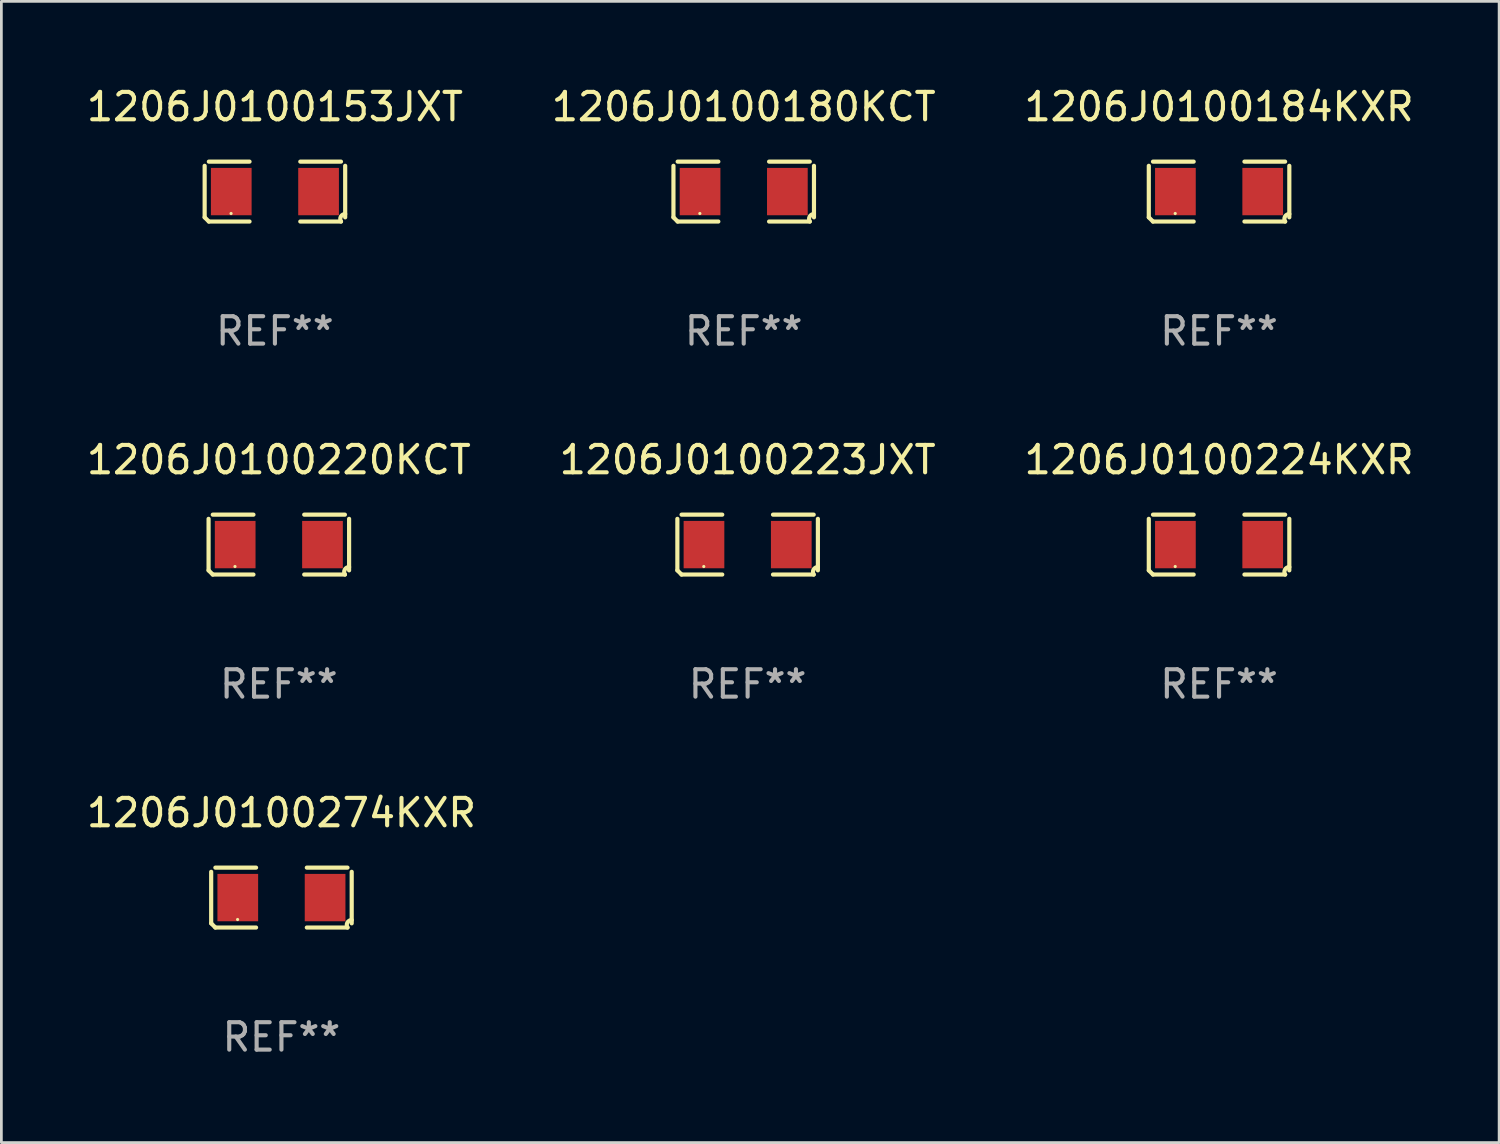
<source format=kicad_pcb>
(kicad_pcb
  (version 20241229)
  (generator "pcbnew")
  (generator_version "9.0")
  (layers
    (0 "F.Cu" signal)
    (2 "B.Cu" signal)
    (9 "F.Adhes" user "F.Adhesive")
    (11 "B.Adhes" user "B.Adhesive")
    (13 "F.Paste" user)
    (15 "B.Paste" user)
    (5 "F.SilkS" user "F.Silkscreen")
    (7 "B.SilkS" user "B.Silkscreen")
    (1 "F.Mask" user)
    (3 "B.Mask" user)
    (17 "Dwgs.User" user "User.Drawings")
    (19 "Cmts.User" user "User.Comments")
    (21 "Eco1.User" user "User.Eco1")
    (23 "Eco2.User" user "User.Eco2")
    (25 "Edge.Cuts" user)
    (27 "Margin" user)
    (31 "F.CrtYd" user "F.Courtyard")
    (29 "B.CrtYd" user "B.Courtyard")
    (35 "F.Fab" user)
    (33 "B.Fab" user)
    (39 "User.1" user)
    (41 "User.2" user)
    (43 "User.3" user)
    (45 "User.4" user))
  (footprint "1206J0100224KXR"
    (layer "F.Cu")
    (at 41.435 16.823)
    (property "Reference" "1206J0100224KXR" (at 0 -3.093 0) (layer "F.SilkS") (effects (font (size 1 1) (thickness 0.15))))
    (attr through_hole)
    (fp_line (start -2.564 0.94) (end -2.564 -0.94) (stroke (width 0.152) (type solid)) (layer "F.SilkS"))
    (fp_line (start -2.411 -1.093) (end -0.926 -1.093) (stroke (width 0.152) (type solid)) (layer "F.SilkS"))
    (fp_line (start -0.926 1.093) (end -2.411 1.093) (stroke (width 0.152) (type solid)) (layer "F.SilkS"))
    (fp_line (start 0.926 1.093) (end 2.411 1.093) (stroke (width 0.152) (type solid)) (layer "F.SilkS"))
    (fp_line (start 2.411 -1.093) (end 0.926 -1.093) (stroke (width 0.152) (type solid)) (layer "F.SilkS"))
    (fp_line (start 2.564 0.94) (end 2.564 -0.94) (stroke (width 0.152) (type solid)) (layer "F.SilkS"))
    (fp_arc (start -2.411201 1.092609) (mid -2.487413 1.01642) (end -2.563602 0.940208) (stroke (width 0.1524) (type solid)) (layer "F.SilkS"))
    (fp_arc (start 2.411201 1.092609) (mid 2.407159 0.911226) (end 2.563602 0.819347) (stroke (width 0.1524) (type solid)) (layer "F.SilkS"))
    (fp_circle (center -1.6 0.8) (end -1.57 0.8) (stroke (width 0.06) (type solid)) (fill no) (layer "F.SilkS"))
    (fp_text user "REF**" (at 0 5.093 0) (layer "F.Fab") (effects (font (size 1 1) (thickness 0.15))))
    (pad "1" smd rect (at -1.593 0) (size 1.485 1.728) (layers "F.Cu" "F.Mask" "F.Paste"))
    (pad "2" smd rect (at 1.593 0) (size 1.485 1.728) (layers "F.Cu" "F.Mask" "F.Paste")))
  (footprint "1206J0100184KXR"
    (layer "F.Cu")
    (at 41.435 3.941)
    (property "Reference" "1206J0100184KXR" (at 0 -3.093 0) (layer "F.SilkS") (effects (font (size 1 1) (thickness 0.15))))
    (attr through_hole)
    (fp_line (start -2.564 0.94) (end -2.564 -0.94) (stroke (width 0.152) (type solid)) (layer "F.SilkS"))
    (fp_line (start -2.411 -1.093) (end -0.926 -1.093) (stroke (width 0.152) (type solid)) (layer "F.SilkS"))
    (fp_line (start -0.926 1.093) (end -2.411 1.093) (stroke (width 0.152) (type solid)) (layer "F.SilkS"))
    (fp_line (start 0.926 1.093) (end 2.411 1.093) (stroke (width 0.152) (type solid)) (layer "F.SilkS"))
    (fp_line (start 2.411 -1.093) (end 0.926 -1.093) (stroke (width 0.152) (type solid)) (layer "F.SilkS"))
    (fp_line (start 2.564 0.94) (end 2.564 -0.94) (stroke (width 0.152) (type solid)) (layer "F.SilkS"))
    (fp_arc (start -2.411201 1.092609) (mid -2.487413 1.01642) (end -2.563602 0.940208) (stroke (width 0.1524) (type solid)) (layer "F.SilkS"))
    (fp_arc (start 2.411201 1.092609) (mid 2.407159 0.911226) (end 2.563602 0.819347) (stroke (width 0.1524) (type solid)) (layer "F.SilkS"))
    (fp_circle (center -1.6 0.8) (end -1.57 0.8) (stroke (width 0.06) (type solid)) (fill no) (layer "F.SilkS"))
    (fp_text user "REF**" (at 0 5.093 0) (layer "F.Fab") (effects (font (size 1 1) (thickness 0.15))))
    (pad "1" smd rect (at -1.593 0) (size 1.485 1.728) (layers "F.Cu" "F.Mask" "F.Paste"))
    (pad "2" smd rect (at 1.593 0) (size 1.485 1.728) (layers "F.Cu" "F.Mask" "F.Paste")))
  (footprint "1206J0100274KXR"
    (layer "F.Cu")
    (at 7.22 29.704)
    (property "Reference" "1206J0100274KXR" (at 0 -3.093 0) (layer "F.SilkS") (effects (font (size 1 1) (thickness 0.15))))
    (attr through_hole)
    (fp_line (start -2.564 0.94) (end -2.564 -0.94) (stroke (width 0.152) (type solid)) (layer "F.SilkS"))
    (fp_line (start -2.411 -1.093) (end -0.926 -1.093) (stroke (width 0.152) (type solid)) (layer "F.SilkS"))
    (fp_line (start -0.926 1.093) (end -2.411 1.093) (stroke (width 0.152) (type solid)) (layer "F.SilkS"))
    (fp_line (start 0.926 1.093) (end 2.411 1.093) (stroke (width 0.152) (type solid)) (layer "F.SilkS"))
    (fp_line (start 2.411 -1.093) (end 0.926 -1.093) (stroke (width 0.152) (type solid)) (layer "F.SilkS"))
    (fp_line (start 2.564 0.94) (end 2.564 -0.94) (stroke (width 0.152) (type solid)) (layer "F.SilkS"))
    (fp_arc (start -2.411201 1.092609) (mid -2.487413 1.01642) (end -2.563602 0.940208) (stroke (width 0.1524) (type solid)) (layer "F.SilkS"))
    (fp_arc (start 2.411201 1.092609) (mid 2.407159 0.911226) (end 2.563602 0.819347) (stroke (width 0.1524) (type solid)) (layer "F.SilkS"))
    (fp_circle (center -1.6 0.8) (end -1.57 0.8) (stroke (width 0.06) (type solid)) (fill no) (layer "F.SilkS"))
    (fp_text user "REF**" (at 0 5.093 0) (layer "F.Fab") (effects (font (size 1 1) (thickness 0.15))))
    (pad "1" smd rect (at -1.593 0) (size 1.485 1.728) (layers "F.Cu" "F.Mask" "F.Paste"))
    (pad "2" smd rect (at 1.593 0) (size 1.485 1.728) (layers "F.Cu" "F.Mask" "F.Paste")))
  (footprint "1206J0100180KCT"
    (layer "F.Cu")
    (at 24.089 3.941)
    (property "Reference" "1206J0100180KCT" (at 0 -3.093 0) (layer "F.SilkS") (effects (font (size 1 1) (thickness 0.15))))
    (attr through_hole)
    (fp_line (start -2.564 0.94) (end -2.564 -0.94) (stroke (width 0.152) (type solid)) (layer "F.SilkS"))
    (fp_line (start -2.411 -1.093) (end -0.926 -1.093) (stroke (width 0.152) (type solid)) (layer "F.SilkS"))
    (fp_line (start -0.926 1.093) (end -2.411 1.093) (stroke (width 0.152) (type solid)) (layer "F.SilkS"))
    (fp_line (start 0.926 1.093) (end 2.411 1.093) (stroke (width 0.152) (type solid)) (layer "F.SilkS"))
    (fp_line (start 2.411 -1.093) (end 0.926 -1.093) (stroke (width 0.152) (type solid)) (layer "F.SilkS"))
    (fp_line (start 2.564 0.94) (end 2.564 -0.94) (stroke (width 0.152) (type solid)) (layer "F.SilkS"))
    (fp_arc (start -2.411201 1.092609) (mid -2.487413 1.01642) (end -2.563602 0.940208) (stroke (width 0.1524) (type solid)) (layer "F.SilkS"))
    (fp_arc (start 2.411201 1.092609) (mid 2.407159 0.911226) (end 2.563602 0.819347) (stroke (width 0.1524) (type solid)) (layer "F.SilkS"))
    (fp_circle (center -1.6 0.8) (end -1.57 0.8) (stroke (width 0.06) (type solid)) (fill no) (layer "F.SilkS"))
    (fp_text user "REF**" (at 0 5.093 0) (layer "F.Fab") (effects (font (size 1 1) (thickness 0.15))))
    (pad "1" smd rect (at -1.593 0) (size 1.485 1.728) (layers "F.Cu" "F.Mask" "F.Paste"))
    (pad "2" smd rect (at 1.593 0) (size 1.485 1.728) (layers "F.Cu" "F.Mask" "F.Paste")))
  (footprint "1206J0100220KCT"
    (layer "F.Cu")
    (at 7.125 16.823)
    (property "Reference" "1206J0100220KCT" (at 0 -3.093 0) (layer "F.SilkS") (effects (font (size 1 1) (thickness 0.15))))
    (attr through_hole)
    (fp_line (start -2.564 0.94) (end -2.564 -0.94) (stroke (width 0.152) (type solid)) (layer "F.SilkS"))
    (fp_line (start -2.411 -1.093) (end -0.926 -1.093) (stroke (width 0.152) (type solid)) (layer "F.SilkS"))
    (fp_line (start -0.926 1.093) (end -2.411 1.093) (stroke (width 0.152) (type solid)) (layer "F.SilkS"))
    (fp_line (start 0.926 1.093) (end 2.411 1.093) (stroke (width 0.152) (type solid)) (layer "F.SilkS"))
    (fp_line (start 2.411 -1.093) (end 0.926 -1.093) (stroke (width 0.152) (type solid)) (layer "F.SilkS"))
    (fp_line (start 2.564 0.94) (end 2.564 -0.94) (stroke (width 0.152) (type solid)) (layer "F.SilkS"))
    (fp_arc (start -2.411201 1.092609) (mid -2.487413 1.01642) (end -2.563602 0.940208) (stroke (width 0.1524) (type solid)) (layer "F.SilkS"))
    (fp_arc (start 2.411201 1.092609) (mid 2.407159 0.911226) (end 2.563602 0.819347) (stroke (width 0.1524) (type solid)) (layer "F.SilkS"))
    (fp_circle (center -1.6 0.8) (end -1.57 0.8) (stroke (width 0.06) (type solid)) (fill no) (layer "F.SilkS"))
    (fp_text user "REF**" (at 0 5.093 0) (layer "F.Fab") (effects (font (size 1 1) (thickness 0.15))))
    (pad "1" smd rect (at -1.593 0) (size 1.485 1.728) (layers "F.Cu" "F.Mask" "F.Paste"))
    (pad "2" smd rect (at 1.593 0) (size 1.485 1.728) (layers "F.Cu" "F.Mask" "F.Paste")))
  (footprint "1206J0100153JXT"
    (layer "F.Cu")
    (at 6.982 3.941)
    (property "Reference" "1206J0100153JXT" (at 0 -3.093 0) (layer "F.SilkS") (effects (font (size 1 1) (thickness 0.15))))
    (attr through_hole)
    (fp_line (start -2.564 0.94) (end -2.564 -0.94) (stroke (width 0.152) (type solid)) (layer "F.SilkS"))
    (fp_line (start -2.411 -1.093) (end -0.926 -1.093) (stroke (width 0.152) (type solid)) (layer "F.SilkS"))
    (fp_line (start -0.926 1.093) (end -2.411 1.093) (stroke (width 0.152) (type solid)) (layer "F.SilkS"))
    (fp_line (start 0.926 1.093) (end 2.411 1.093) (stroke (width 0.152) (type solid)) (layer "F.SilkS"))
    (fp_line (start 2.411 -1.093) (end 0.926 -1.093) (stroke (width 0.152) (type solid)) (layer "F.SilkS"))
    (fp_line (start 2.564 0.94) (end 2.564 -0.94) (stroke (width 0.152) (type solid)) (layer "F.SilkS"))
    (fp_arc (start -2.411201 1.092609) (mid -2.487413 1.01642) (end -2.563602 0.940208) (stroke (width 0.1524) (type solid)) (layer "F.SilkS"))
    (fp_arc (start 2.411201 1.092609) (mid 2.407159 0.911226) (end 2.563602 0.819347) (stroke (width 0.1524) (type solid)) (layer "F.SilkS"))
    (fp_circle (center -1.6 0.8) (end -1.57 0.8) (stroke (width 0.06) (type solid)) (fill no) (layer "F.SilkS"))
    (fp_text user "REF**" (at 0 5.093 0) (layer "F.Fab") (effects (font (size 1 1) (thickness 0.15))))
    (pad "1" smd rect (at -1.593 0) (size 1.485 1.728) (layers "F.Cu" "F.Mask" "F.Paste"))
    (pad "2" smd rect (at 1.593 0) (size 1.485 1.728) (layers "F.Cu" "F.Mask" "F.Paste")))
  (footprint "1206J0100223JXT"
    (layer "F.Cu")
    (at 24.232 16.823)
    (property "Reference" "1206J0100223JXT" (at 0 -3.093 0) (layer "F.SilkS") (effects (font (size 1 1) (thickness 0.15))))
    (attr through_hole)
    (fp_line (start -2.564 0.94) (end -2.564 -0.94) (stroke (width 0.152) (type solid)) (layer "F.SilkS"))
    (fp_line (start -2.411 -1.093) (end -0.926 -1.093) (stroke (width 0.152) (type solid)) (layer "F.SilkS"))
    (fp_line (start -0.926 1.093) (end -2.411 1.093) (stroke (width 0.152) (type solid)) (layer "F.SilkS"))
    (fp_line (start 0.926 1.093) (end 2.411 1.093) (stroke (width 0.152) (type solid)) (layer "F.SilkS"))
    (fp_line (start 2.411 -1.093) (end 0.926 -1.093) (stroke (width 0.152) (type solid)) (layer "F.SilkS"))
    (fp_line (start 2.564 0.94) (end 2.564 -0.94) (stroke (width 0.152) (type solid)) (layer "F.SilkS"))
    (fp_arc (start -2.411201 1.092609) (mid -2.487413 1.01642) (end -2.563602 0.940208) (stroke (width 0.1524) (type solid)) (layer "F.SilkS"))
    (fp_arc (start 2.411201 1.092609) (mid 2.407159 0.911226) (end 2.563602 0.819347) (stroke (width 0.1524) (type solid)) (layer "F.SilkS"))
    (fp_circle (center -1.6 0.8) (end -1.57 0.8) (stroke (width 0.06) (type solid)) (fill no) (layer "F.SilkS"))
    (fp_text user "REF**" (at 0 5.093 0) (layer "F.Fab") (effects (font (size 1 1) (thickness 0.15))))
    (pad "1" smd rect (at -1.593 0) (size 1.485 1.728) (layers "F.Cu" "F.Mask" "F.Paste"))
    (pad "2" smd rect (at 1.593 0) (size 1.485 1.728) (layers "F.Cu" "F.Mask" "F.Paste")))
  (gr_rect
    (start -3 -3)
    (end 51.655 38.645)
    (stroke (width 0.1) (type default))
    (fill no)
    (layer "Edge.Cuts")))
</source>
